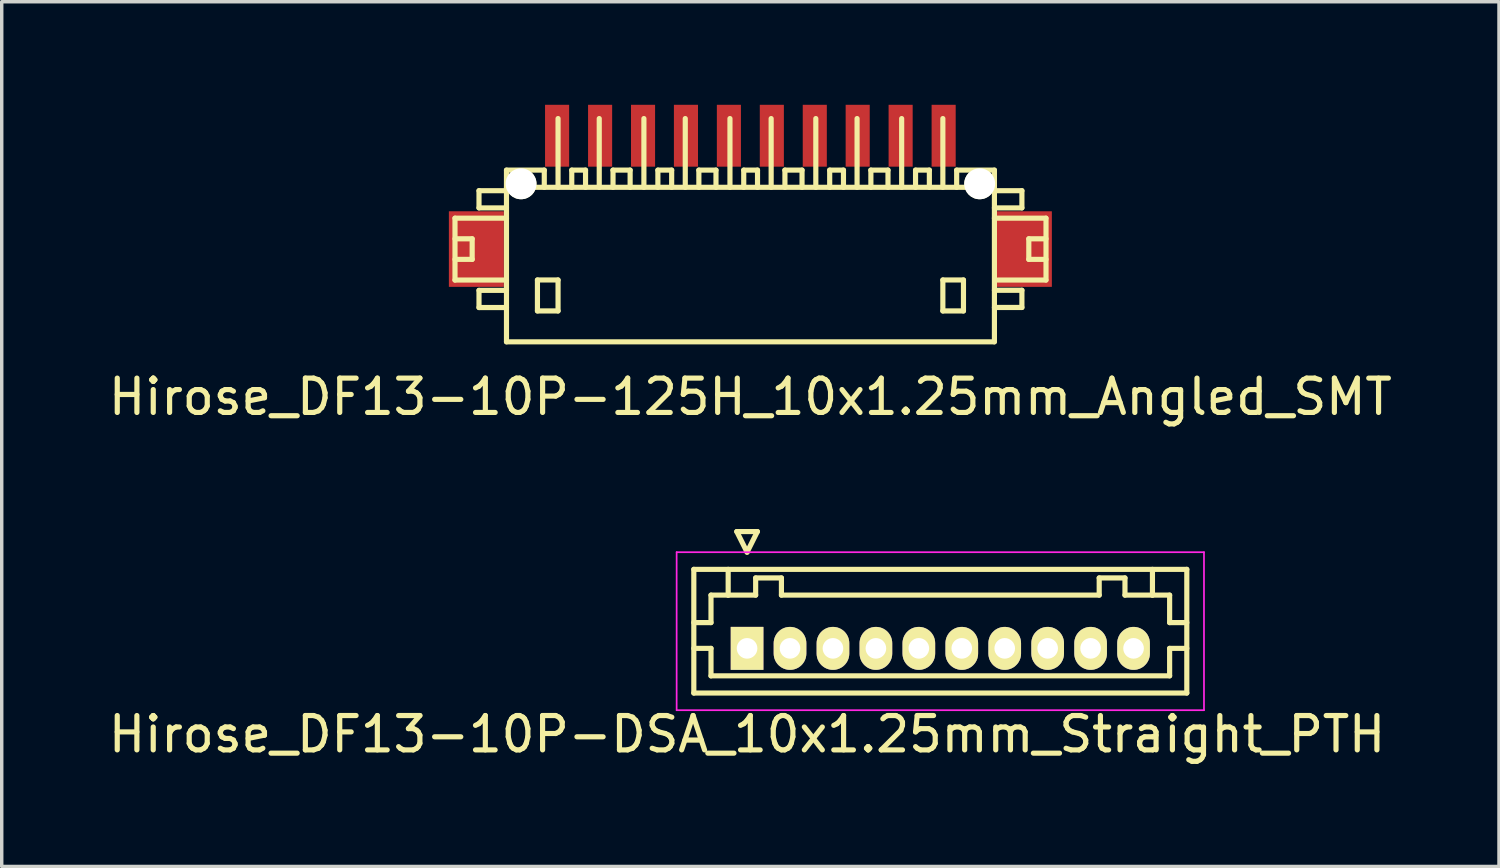
<source format=kicad_pcb>
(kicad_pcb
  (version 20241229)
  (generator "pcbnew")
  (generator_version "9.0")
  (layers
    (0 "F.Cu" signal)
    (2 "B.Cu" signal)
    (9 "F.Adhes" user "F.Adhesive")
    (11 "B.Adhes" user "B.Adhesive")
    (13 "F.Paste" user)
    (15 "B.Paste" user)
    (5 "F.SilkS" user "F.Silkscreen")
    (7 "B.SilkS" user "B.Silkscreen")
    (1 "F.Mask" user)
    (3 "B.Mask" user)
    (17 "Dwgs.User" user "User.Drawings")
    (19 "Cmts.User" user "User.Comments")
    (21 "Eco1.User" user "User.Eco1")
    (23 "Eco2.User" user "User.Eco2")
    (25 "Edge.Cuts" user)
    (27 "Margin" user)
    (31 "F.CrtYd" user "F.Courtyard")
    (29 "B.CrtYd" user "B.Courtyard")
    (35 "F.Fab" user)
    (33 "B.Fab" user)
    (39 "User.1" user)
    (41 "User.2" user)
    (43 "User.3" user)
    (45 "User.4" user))
  (footprint "Hirose_DF13-10P-125H_10x1.25mm_Angled_SMT"
    (layer "F.Cu")
    (at 18.792 4.401)
    (property "Reference" "Hirose_DF13-10P-125H_10x1.25mm_Angled_SMT" (at 0 4.1 0) (layer "F.SilkS") (effects (font (size 1 1) (thickness 0.15))))
    (attr smd)
    (fp_line (start -8.598 -1.1) (end -8.598 0.701) (stroke (width 0.15) (type solid)) (layer "F.SilkS"))
    (fp_line (start -8.598 0.701) (end -7.099 0.701) (stroke (width 0.15) (type solid)) (layer "F.SilkS"))
    (fp_line (start -8.098 -0.5) (end -8.598 -0.5) (stroke (width 0.15) (type solid)) (layer "F.SilkS"))
    (fp_line (start -8.098 0.099) (end -8.598 0.099) (stroke (width 0.15) (type solid)) (layer "F.SilkS"))
    (fp_line (start -8.098 0.099) (end -8.098 -0.5) (stroke (width 0.15) (type solid)) (layer "F.SilkS"))
    (fp_line (start -7.899 -1.9) (end -7.899 -1.4) (stroke (width 0.15) (type solid)) (layer "F.SilkS"))
    (fp_line (start -7.899 -1.9) (end -7.099 -1.9) (stroke (width 0.15) (type solid)) (layer "F.SilkS"))
    (fp_line (start -7.899 1.001) (end -7.899 1.501) (stroke (width 0.15) (type solid)) (layer "F.SilkS"))
    (fp_line (start -7.899 1.501) (end -7.099 1.501) (stroke (width 0.15) (type solid)) (layer "F.SilkS"))
    (fp_line (start -7.099 -1.999) (end 7.099 -1.999) (stroke (width 0.15) (type solid)) (layer "F.SilkS"))
    (fp_line (start -7.099 -1.4) (end -7.899 -1.4) (stroke (width 0.15) (type solid)) (layer "F.SilkS"))
    (fp_line (start -7.099 -1.1) (end -8.598 -1.1) (stroke (width 0.15) (type solid)) (layer "F.SilkS"))
    (fp_line (start -7.099 1.001) (end -7.899 1.001) (stroke (width 0.15) (type solid)) (layer "F.SilkS"))
    (fp_line (start -7.099 2.499) (end -7.099 -2.499) (stroke (width 0.15) (type solid)) (layer "F.SilkS"))
    (fp_line (start -7.099 2.499) (end 7.099 2.499) (stroke (width 0.15) (type solid)) (layer "F.SilkS"))
    (fp_line (start -6.198 0.699) (end -6.198 1.6) (stroke (width 0.15) (type solid)) (layer "F.SilkS"))
    (fp_line (start -6.198 1.6) (end -5.598 1.6) (stroke (width 0.15) (type solid)) (layer "F.SilkS"))
    (fp_line (start -5.999 -2.499) (end -7.099 -2.499) (stroke (width 0.15) (type solid)) (layer "F.SilkS"))
    (fp_line (start -5.999 -2.499) (end -5.999 -1.999) (stroke (width 0.15) (type solid)) (layer "F.SilkS"))
    (fp_line (start -5.598 -4) (end -5.598 -1.999) (stroke (width 0.15) (type solid)) (layer "F.SilkS"))
    (fp_line (start -5.598 0.699) (end -6.198 0.699) (stroke (width 0.15) (type solid)) (layer "F.SilkS"))
    (fp_line (start -5.598 1.6) (end -5.598 0.699) (stroke (width 0.15) (type solid)) (layer "F.SilkS"))
    (fp_line (start -5.199 -2.499) (end -5.199 -1.999) (stroke (width 0.15) (type solid)) (layer "F.SilkS"))
    (fp_line (start -4.798 -2.499) (end -5.199 -2.499) (stroke (width 0.15) (type solid)) (layer "F.SilkS"))
    (fp_line (start -4.798 -2.499) (end -4.798 -1.999) (stroke (width 0.15) (type solid)) (layer "F.SilkS"))
    (fp_line (start -4.399 -1.999) (end -4.399 -4) (stroke (width 0.15) (type solid)) (layer "F.SilkS"))
    (fp_line (start -4 -2.499) (end -3.5 -2.499) (stroke (width 0.15) (type solid)) (layer "F.SilkS"))
    (fp_line (start -3.998 -1.999) (end -3.998 -2.499) (stroke (width 0.15) (type solid)) (layer "F.SilkS"))
    (fp_line (start -3.5 -2.499) (end -3.5 -1.999) (stroke (width 0.15) (type solid)) (layer "F.SilkS"))
    (fp_line (start -3.099 -1.999) (end -3.099 -4) (stroke (width 0.15) (type solid)) (layer "F.SilkS"))
    (fp_line (start -2.692 -2.499) (end -2.692 -1.999) (stroke (width 0.15) (type solid)) (layer "F.SilkS"))
    (fp_line (start -2.291 -2.499) (end -2.692 -2.499) (stroke (width 0.15) (type solid)) (layer "F.SilkS"))
    (fp_line (start -2.291 -2.499) (end -2.291 -1.999) (stroke (width 0.15) (type solid)) (layer "F.SilkS"))
    (fp_line (start -1.895 -1.999) (end -1.895 -4) (stroke (width 0.15) (type solid)) (layer "F.SilkS"))
    (fp_line (start -1.501 -2.499) (end -1.001 -2.499) (stroke (width 0.15) (type solid)) (layer "F.SilkS"))
    (fp_line (start -1.499 -1.999) (end -1.499 -2.499) (stroke (width 0.15) (type solid)) (layer "F.SilkS"))
    (fp_line (start -1.001 -2.499) (end -1.001 -1.999) (stroke (width 0.15) (type solid)) (layer "F.SilkS"))
    (fp_line (start -0.594 -1.999) (end -0.594 -4) (stroke (width 0.15) (type solid)) (layer "F.SilkS"))
    (fp_line (start -0.193 -2.499) (end -0.193 -1.999) (stroke (width 0.15) (type solid)) (layer "F.SilkS"))
    (fp_line (start 0.208 -2.499) (end -0.193 -2.499) (stroke (width 0.15) (type solid)) (layer "F.SilkS"))
    (fp_line (start 0.208 -2.499) (end 0.208 -1.999) (stroke (width 0.15) (type solid)) (layer "F.SilkS"))
    (fp_line (start 0.605 -1.999) (end 0.605 -4) (stroke (width 0.15) (type solid)) (layer "F.SilkS"))
    (fp_line (start 1.003 -2.499) (end 1.504 -2.499) (stroke (width 0.15) (type solid)) (layer "F.SilkS"))
    (fp_line (start 1.006 -1.999) (end 1.006 -2.499) (stroke (width 0.15) (type solid)) (layer "F.SilkS"))
    (fp_line (start 1.504 -2.499) (end 1.504 -1.999) (stroke (width 0.15) (type solid)) (layer "F.SilkS"))
    (fp_line (start 1.905 -1.999) (end 1.905 -4) (stroke (width 0.15) (type solid)) (layer "F.SilkS"))
    (fp_line (start 2.309 -2.499) (end 2.309 -1.999) (stroke (width 0.15) (type solid)) (layer "F.SilkS"))
    (fp_line (start 2.71 -2.499) (end 2.309 -2.499) (stroke (width 0.15) (type solid)) (layer "F.SilkS"))
    (fp_line (start 2.71 -2.499) (end 2.71 -1.999) (stroke (width 0.15) (type solid)) (layer "F.SilkS"))
    (fp_line (start 3.106 -1.999) (end 3.106 -4) (stroke (width 0.15) (type solid)) (layer "F.SilkS"))
    (fp_line (start 3.505 -2.499) (end 4.006 -2.499) (stroke (width 0.15) (type solid)) (layer "F.SilkS"))
    (fp_line (start 3.508 -1.999) (end 3.508 -2.499) (stroke (width 0.15) (type solid)) (layer "F.SilkS"))
    (fp_line (start 4.006 -2.499) (end 4.006 -1.999) (stroke (width 0.15) (type solid)) (layer "F.SilkS"))
    (fp_line (start 4.404 -1.999) (end 4.404 -4) (stroke (width 0.15) (type solid)) (layer "F.SilkS"))
    (fp_line (start 4.808 -2.499) (end 4.808 -1.999) (stroke (width 0.15) (type solid)) (layer "F.SilkS"))
    (fp_line (start 5.21 -2.499) (end 4.808 -2.499) (stroke (width 0.15) (type solid)) (layer "F.SilkS"))
    (fp_line (start 5.21 -2.499) (end 5.21 -1.999) (stroke (width 0.15) (type solid)) (layer "F.SilkS"))
    (fp_line (start 5.603 -1.999) (end 5.603 -4) (stroke (width 0.15) (type solid)) (layer "F.SilkS"))
    (fp_line (start 5.603 0.699) (end 6.203 0.699) (stroke (width 0.15) (type solid)) (layer "F.SilkS"))
    (fp_line (start 5.603 1.6) (end 5.603 0.699) (stroke (width 0.15) (type solid)) (layer "F.SilkS"))
    (fp_line (start 6.005 -2.499) (end 6.005 -1.999) (stroke (width 0.15) (type solid)) (layer "F.SilkS"))
    (fp_line (start 6.203 0.699) (end 6.203 1.6) (stroke (width 0.15) (type solid)) (layer "F.SilkS"))
    (fp_line (start 6.203 1.6) (end 5.603 1.6) (stroke (width 0.15) (type solid)) (layer "F.SilkS"))
    (fp_line (start 7.104 -2.499) (end 6.005 -2.499) (stroke (width 0.15) (type solid)) (layer "F.SilkS"))
    (fp_line (start 7.104 -2.499) (end 7.104 2.499) (stroke (width 0.15) (type solid)) (layer "F.SilkS"))
    (fp_line (start 7.104 -1.9) (end 7.904 -1.9) (stroke (width 0.15) (type solid)) (layer "F.SilkS"))
    (fp_line (start 7.104 0.998) (end 7.904 0.998) (stroke (width 0.15) (type solid)) (layer "F.SilkS"))
    (fp_line (start 7.904 -1.9) (end 7.904 -1.4) (stroke (width 0.15) (type solid)) (layer "F.SilkS"))
    (fp_line (start 7.904 -1.4) (end 7.104 -1.4) (stroke (width 0.15) (type solid)) (layer "F.SilkS"))
    (fp_line (start 7.904 0.998) (end 7.904 1.499) (stroke (width 0.15) (type solid)) (layer "F.SilkS"))
    (fp_line (start 7.904 1.499) (end 7.104 1.499) (stroke (width 0.15) (type solid)) (layer "F.SilkS"))
    (fp_line (start 8.105 0.099) (end 8.105 -0.5) (stroke (width 0.15) (type solid)) (layer "F.SilkS"))
    (fp_line (start 8.603 -1.1) (end 7.104 -1.1) (stroke (width 0.15) (type solid)) (layer "F.SilkS"))
    (fp_line (start 8.603 0.701) (end 7.203 0.701) (stroke (width 0.15) (type solid)) (layer "F.SilkS"))
    (fp_line (start 8.606 -1.1) (end 8.606 0.701) (stroke (width 0.15) (type solid)) (layer "F.SilkS"))
    (fp_line (start 8.606 -0.5) (end 8.105 -0.5) (stroke (width 0.15) (type solid)) (layer "F.SilkS"))
    (fp_line (start 8.606 0.099) (end 8.105 0.099) (stroke (width 0.15) (type solid)) (layer "F.SilkS"))
    (pad "" smd rect (at -7.976 -0.201) (size 1.6 2.2) (layers "F.Cu" "F.Mask" "F.Paste"))
    (pad "" np_thru_hole circle (at -6.675 -2.101) (size 0.899 0.899) (drill 0.899) (layers "*.Cu" "*.Mask" "F.SilkS"))
    (pad "" np_thru_hole circle (at 6.675 -2.101) (size 0.899 0.899) (drill 0.899) (layers "*.Cu" "*.Mask" "F.SilkS"))
    (pad "" smd rect (at 7.976 -0.201) (size 1.6 2.2) (layers "F.Cu" "F.Mask" "F.Paste"))
    (pad "1" smd rect (at 5.626 -3.5) (size 0.701 1.801) (layers "F.Cu" "F.Mask" "F.Paste"))
    (pad "2" smd rect (at 4.374 -3.5) (size 0.701 1.801) (layers "F.Cu" "F.Mask" "F.Paste"))
    (pad "3" smd rect (at 3.124 -3.5) (size 0.701 1.801) (layers "F.Cu" "F.Mask" "F.Paste"))
    (pad "4" smd rect (at 1.875 -3.5) (size 0.701 1.801) (layers "F.Cu" "F.Mask" "F.Paste"))
    (pad "5" smd rect (at 0.625 -3.5) (size 0.701 1.801) (layers "F.Cu" "F.Mask" "F.Paste"))
    (pad "6" smd rect (at -0.625 -3.5) (size 0.701 1.801) (layers "F.Cu" "F.Mask" "F.Paste"))
    (pad "7" smd rect (at -1.875 -3.5) (size 0.701 1.801) (layers "F.Cu" "F.Mask" "F.Paste"))
    (pad "8" smd rect (at -3.124 -3.5) (size 0.701 1.801) (layers "F.Cu" "F.Mask" "F.Paste"))
    (pad "9" smd rect (at -4.374 -3.5) (size 0.701 1.801) (layers "F.Cu" "F.Mask" "F.Paste"))
    (pad "10" smd rect (at -5.626 -3.5) (size 0.701 1.801) (layers "F.Cu" "F.Mask" "F.Paste")))
  (footprint "Hirose_DF13-10P-DSA_10x1.25mm_Straight_PTH"
    (layer "F.Cu")
    (at 18.696 15.823)
    (property "Reference" "Hirose_DF13-10P-DSA_10x1.25mm_Straight_PTH" (at 0 2.5 0) (layer "F.SilkS") (effects (font (size 1 1) (thickness 0.15))))
    (attr through_hole)
    (fp_line (start -1.55 -2.3) (end -1.55 1.3) (stroke (width 0.15) (type solid)) (layer "F.SilkS"))
    (fp_line (start -1.55 -0.75) (end -1.05 -0.75) (stroke (width 0.15) (type solid)) (layer "F.SilkS"))
    (fp_line (start -1.55 0) (end -1.05 0) (stroke (width 0.15) (type solid)) (layer "F.SilkS"))
    (fp_line (start -1.55 1.3) (end 12.8 1.3) (stroke (width 0.15) (type solid)) (layer "F.SilkS"))
    (fp_line (start -1.05 -1.55) (end -0.55 -1.55) (stroke (width 0.15) (type solid)) (layer "F.SilkS"))
    (fp_line (start -1.05 -0.75) (end -1.05 -1.55) (stroke (width 0.15) (type solid)) (layer "F.SilkS"))
    (fp_line (start -1.05 0) (end -1.05 0.8) (stroke (width 0.15) (type solid)) (layer "F.SilkS"))
    (fp_line (start -1.05 0.8) (end 12.3 0.8) (stroke (width 0.15) (type solid)) (layer "F.SilkS"))
    (fp_line (start -0.55 -1.55) (end -0.55 -2.3) (stroke (width 0.15) (type solid)) (layer "F.SilkS"))
    (fp_line (start -0.55 -1.55) (end 0.25 -1.55) (stroke (width 0.15) (type solid)) (layer "F.SilkS"))
    (fp_line (start -0.3 -3.4) (end 0.3 -3.4) (stroke (width 0.15) (type solid)) (layer "F.SilkS"))
    (fp_line (start 0 -2.8) (end -0.3 -3.4) (stroke (width 0.15) (type solid)) (layer "F.SilkS"))
    (fp_line (start 0.25 -2.05) (end 1 -2.05) (stroke (width 0.15) (type solid)) (layer "F.SilkS"))
    (fp_line (start 0.25 -1.55) (end 0.25 -2.05) (stroke (width 0.15) (type solid)) (layer "F.SilkS"))
    (fp_line (start 0.3 -3.4) (end 0 -2.8) (stroke (width 0.15) (type solid)) (layer "F.SilkS"))
    (fp_line (start 1 -2.05) (end 1 -1.55) (stroke (width 0.15) (type solid)) (layer "F.SilkS"))
    (fp_line (start 1 -1.55) (end 10.25 -1.55) (stroke (width 0.15) (type solid)) (layer "F.SilkS"))
    (fp_line (start 10.25 -2.05) (end 11 -2.05) (stroke (width 0.15) (type solid)) (layer "F.SilkS"))
    (fp_line (start 10.25 -1.55) (end 10.25 -2.05) (stroke (width 0.15) (type solid)) (layer "F.SilkS"))
    (fp_line (start 11 -2.05) (end 11 -1.55) (stroke (width 0.15) (type solid)) (layer "F.SilkS"))
    (fp_line (start 11 -1.55) (end 11.8 -1.55) (stroke (width 0.15) (type solid)) (layer "F.SilkS"))
    (fp_line (start 11.8 -1.55) (end 11.8 -2.3) (stroke (width 0.15) (type solid)) (layer "F.SilkS"))
    (fp_line (start 12.3 -1.55) (end 11.8 -1.55) (stroke (width 0.15) (type solid)) (layer "F.SilkS"))
    (fp_line (start 12.3 -0.75) (end 12.3 -1.55) (stroke (width 0.15) (type solid)) (layer "F.SilkS"))
    (fp_line (start 12.3 0) (end 12.8 0) (stroke (width 0.15) (type solid)) (layer "F.SilkS"))
    (fp_line (start 12.3 0.8) (end 12.3 0) (stroke (width 0.15) (type solid)) (layer "F.SilkS"))
    (fp_line (start 12.8 -2.3) (end -1.55 -2.3) (stroke (width 0.15) (type solid)) (layer "F.SilkS"))
    (fp_line (start 12.8 -0.75) (end 12.3 -0.75) (stroke (width 0.15) (type solid)) (layer "F.SilkS"))
    (fp_line (start 12.8 1.3) (end 12.8 -2.3) (stroke (width 0.15) (type solid)) (layer "F.SilkS"))
    (fp_line (start -2.05 -2.8) (end -2.05 1.8) (stroke (width 0.05) (type solid)) (layer "F.CrtYd"))
    (fp_line (start -2.05 1.8) (end 13.3 1.8) (stroke (width 0.05) (type solid)) (layer "F.CrtYd"))
    (fp_line (start 13.3 -2.8) (end -2.05 -2.8) (stroke (width 0.05) (type solid)) (layer "F.CrtYd"))
    (fp_line (start 13.3 1.8) (end 13.3 -2.8) (stroke (width 0.05) (type solid)) (layer "F.CrtYd"))
    (pad "1" thru_hole rect (at 0 0) (size 0.95 1.25) (drill 0.6) (layers "*.Cu" "*.Mask" "F.SilkS"))
    (pad "2" thru_hole oval (at 1.25 0) (size 0.95 1.25) (drill 0.6) (layers "*.Cu" "*.Mask" "F.SilkS"))
    (pad "3" thru_hole oval (at 2.5 0) (size 0.95 1.25) (drill 0.6) (layers "*.Cu" "*.Mask" "F.SilkS"))
    (pad "4" thru_hole oval (at 3.75 0) (size 0.95 1.25) (drill 0.6) (layers "*.Cu" "*.Mask" "F.SilkS"))
    (pad "5" thru_hole oval (at 5 0) (size 0.95 1.25) (drill 0.6) (layers "*.Cu" "*.Mask" "F.SilkS"))
    (pad "6" thru_hole oval (at 6.25 0) (size 0.95 1.25) (drill 0.6) (layers "*.Cu" "*.Mask" "F.SilkS"))
    (pad "7" thru_hole oval (at 7.5 0) (size 0.95 1.25) (drill 0.6) (layers "*.Cu" "*.Mask" "F.SilkS"))
    (pad "8" thru_hole oval (at 8.75 0) (size 0.95 1.25) (drill 0.6) (layers "*.Cu" "*.Mask" "F.SilkS"))
    (pad "9" thru_hole oval (at 10 0) (size 0.95 1.25) (drill 0.6) (layers "*.Cu" "*.Mask" "F.SilkS"))
    (pad "10" thru_hole oval (at 11.25 0) (size 0.95 1.25) (drill 0.6) (layers "*.Cu" "*.Mask" "F.SilkS")))
  (gr_rect
    (start -3 -3)
    (end 40.583 22.172)
    (stroke (width 0.1) (type default))
    (fill no)
    (layer "Edge.Cuts")))
</source>
